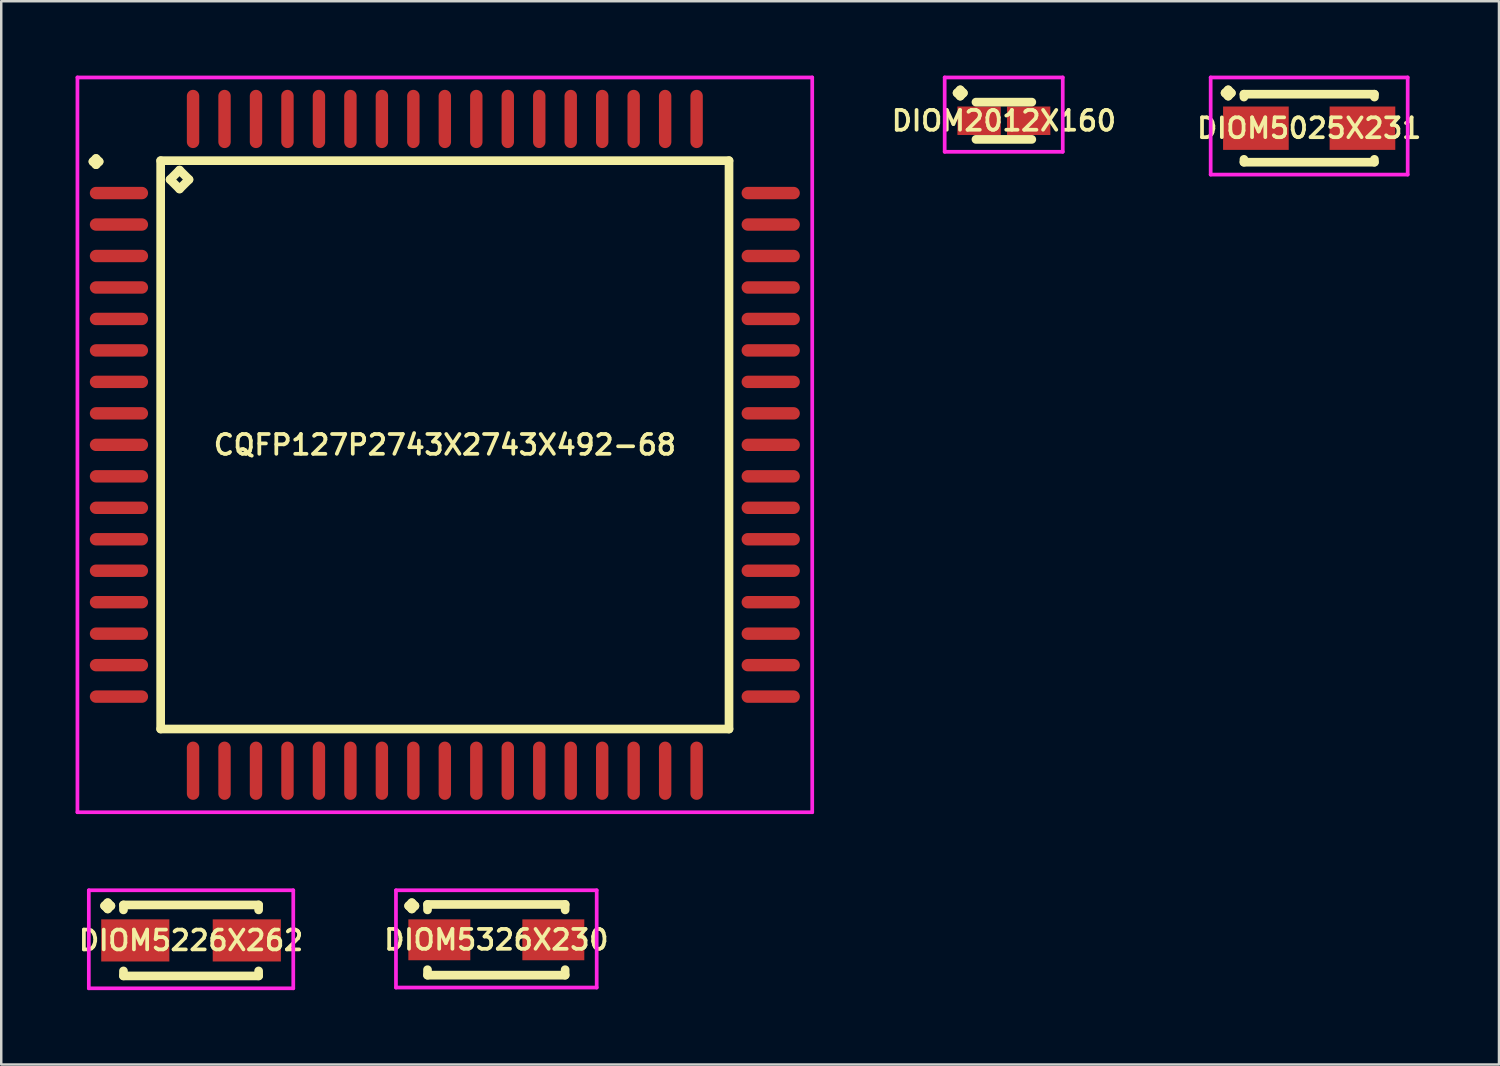
<source format=kicad_pcb>
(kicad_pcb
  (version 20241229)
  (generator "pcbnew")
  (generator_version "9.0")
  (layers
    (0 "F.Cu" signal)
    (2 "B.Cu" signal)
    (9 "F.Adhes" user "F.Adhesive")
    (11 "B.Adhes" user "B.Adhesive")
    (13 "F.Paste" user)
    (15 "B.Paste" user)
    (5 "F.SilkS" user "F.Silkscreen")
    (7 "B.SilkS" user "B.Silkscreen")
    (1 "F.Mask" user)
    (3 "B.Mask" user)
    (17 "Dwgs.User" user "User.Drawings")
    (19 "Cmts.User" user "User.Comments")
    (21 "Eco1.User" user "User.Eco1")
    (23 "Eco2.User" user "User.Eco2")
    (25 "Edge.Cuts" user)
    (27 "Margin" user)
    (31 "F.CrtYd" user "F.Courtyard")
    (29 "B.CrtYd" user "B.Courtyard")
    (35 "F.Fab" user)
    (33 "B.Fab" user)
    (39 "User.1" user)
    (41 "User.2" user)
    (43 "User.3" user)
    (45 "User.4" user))
  (footprint "CQFP127P2743X2743X492-68"
    (layer "F.Cu")
    (at 14.9 14.9)
    (property "Reference" "CQFP127P2743X2743X492-68" (at 0 0 0) (layer "F.SilkS") (effects (font (size 0.8 0.8) (thickness 0.15))))
    (attr smd)
    (fp_line (start -14.2 -11.43) (end -14.075 -11.555) (stroke (width 0.35) (type solid)) (layer "F.SilkS"))
    (fp_line (start -14.075 -11.555) (end -13.95 -11.43) (stroke (width 0.35) (type solid)) (layer "F.SilkS"))
    (fp_line (start -14.075 -11.305) (end -14.2 -11.43) (stroke (width 0.35) (type solid)) (layer "F.SilkS"))
    (fp_line (start -13.95 -11.43) (end -14.075 -11.305) (stroke (width 0.35) (type solid)) (layer "F.SilkS"))
    (fp_line (start -11.467 -11.467) (end -11.467 11.467) (stroke (width 0.35) (type solid)) (layer "F.SilkS"))
    (fp_line (start -11.467 11.467) (end 11.467 11.467) (stroke (width 0.35) (type solid)) (layer "F.SilkS"))
    (fp_line (start -11.086 -10.705) (end -10.705 -11.086) (stroke (width 0.35) (type solid)) (layer "F.SilkS"))
    (fp_line (start -10.705 -11.086) (end -10.324 -10.705) (stroke (width 0.35) (type solid)) (layer "F.SilkS"))
    (fp_line (start -10.705 -10.324) (end -11.086 -10.705) (stroke (width 0.35) (type solid)) (layer "F.SilkS"))
    (fp_line (start -10.324 -10.705) (end -10.705 -10.324) (stroke (width 0.35) (type solid)) (layer "F.SilkS"))
    (fp_line (start 11.467 -11.467) (end -11.467 -11.467) (stroke (width 0.35) (type solid)) (layer "F.SilkS"))
    (fp_line (start 11.467 11.467) (end 11.467 -11.467) (stroke (width 0.35) (type solid)) (layer "F.SilkS"))
    (fp_line (start -14.825 -14.825) (end 14.825 -14.825) (stroke (width 0.15) (type solid)) (layer "F.CrtYd"))
    (fp_line (start -14.825 14.825) (end -14.825 -14.825) (stroke (width 0.15) (type solid)) (layer "F.CrtYd"))
    (fp_line (start 14.825 -14.825) (end 14.825 14.825) (stroke (width 0.15) (type solid)) (layer "F.CrtYd"))
    (fp_line (start 14.825 14.825) (end -14.825 14.825) (stroke (width 0.15) (type solid)) (layer "F.CrtYd"))
    (pad "1" smd oval (at -13.15 -10.16) (size 2.35 0.5) (layers "F.Cu" "F.Mask" "F.Paste"))
    (pad "2" smd oval (at -13.15 -8.89) (size 2.35 0.5) (layers "F.Cu" "F.Mask" "F.Paste"))
    (pad "3" smd oval (at -13.15 -7.62) (size 2.35 0.5) (layers "F.Cu" "F.Mask" "F.Paste"))
    (pad "4" smd oval (at -13.15 -6.35) (size 2.35 0.5) (layers "F.Cu" "F.Mask" "F.Paste"))
    (pad "5" smd oval (at -13.15 -5.08) (size 2.35 0.5) (layers "F.Cu" "F.Mask" "F.Paste"))
    (pad "6" smd oval (at -13.15 -3.81) (size 2.35 0.5) (layers "F.Cu" "F.Mask" "F.Paste"))
    (pad "7" smd oval (at -13.15 -2.54) (size 2.35 0.5) (layers "F.Cu" "F.Mask" "F.Paste"))
    (pad "8" smd oval (at -13.15 -1.27) (size 2.35 0.5) (layers "F.Cu" "F.Mask" "F.Paste"))
    (pad "9" smd oval (at -13.15 0) (size 2.35 0.5) (layers "F.Cu" "F.Mask" "F.Paste"))
    (pad "10" smd oval (at -13.15 1.27) (size 2.35 0.5) (layers "F.Cu" "F.Mask" "F.Paste"))
    (pad "11" smd oval (at -13.15 2.54) (size 2.35 0.5) (layers "F.Cu" "F.Mask" "F.Paste"))
    (pad "12" smd oval (at -13.15 3.81) (size 2.35 0.5) (layers "F.Cu" "F.Mask" "F.Paste"))
    (pad "13" smd oval (at -13.15 5.08) (size 2.35 0.5) (layers "F.Cu" "F.Mask" "F.Paste"))
    (pad "14" smd oval (at -13.15 6.35) (size 2.35 0.5) (layers "F.Cu" "F.Mask" "F.Paste"))
    (pad "15" smd oval (at -13.15 7.62) (size 2.35 0.5) (layers "F.Cu" "F.Mask" "F.Paste"))
    (pad "16" smd oval (at -13.15 8.89) (size 2.35 0.5) (layers "F.Cu" "F.Mask" "F.Paste"))
    (pad "17" smd oval (at -13.15 10.16) (size 2.35 0.5) (layers "F.Cu" "F.Mask" "F.Paste"))
    (pad "18" smd oval (at -10.16 13.15) (size 0.5 2.35) (layers "F.Cu" "F.Mask" "F.Paste"))
    (pad "19" smd oval (at -8.89 13.15) (size 0.5 2.35) (layers "F.Cu" "F.Mask" "F.Paste"))
    (pad "20" smd oval (at -7.62 13.15) (size 0.5 2.35) (layers "F.Cu" "F.Mask" "F.Paste"))
    (pad "21" smd oval (at -6.35 13.15) (size 0.5 2.35) (layers "F.Cu" "F.Mask" "F.Paste"))
    (pad "22" smd oval (at -5.08 13.15) (size 0.5 2.35) (layers "F.Cu" "F.Mask" "F.Paste"))
    (pad "23" smd oval (at -3.81 13.15) (size 0.5 2.35) (layers "F.Cu" "F.Mask" "F.Paste"))
    (pad "24" smd oval (at -2.54 13.15) (size 0.5 2.35) (layers "F.Cu" "F.Mask" "F.Paste"))
    (pad "25" smd oval (at -1.27 13.15) (size 0.5 2.35) (layers "F.Cu" "F.Mask" "F.Paste"))
    (pad "26" smd oval (at 0 13.15) (size 0.5 2.35) (layers "F.Cu" "F.Mask" "F.Paste"))
    (pad "27" smd oval (at 1.27 13.15) (size 0.5 2.35) (layers "F.Cu" "F.Mask" "F.Paste"))
    (pad "28" smd oval (at 2.54 13.15) (size 0.5 2.35) (layers "F.Cu" "F.Mask" "F.Paste"))
    (pad "29" smd oval (at 3.81 13.15) (size 0.5 2.35) (layers "F.Cu" "F.Mask" "F.Paste"))
    (pad "30" smd oval (at 5.08 13.15) (size 0.5 2.35) (layers "F.Cu" "F.Mask" "F.Paste"))
    (pad "31" smd oval (at 6.35 13.15) (size 0.5 2.35) (layers "F.Cu" "F.Mask" "F.Paste"))
    (pad "32" smd oval (at 7.62 13.15) (size 0.5 2.35) (layers "F.Cu" "F.Mask" "F.Paste"))
    (pad "33" smd oval (at 8.89 13.15) (size 0.5 2.35) (layers "F.Cu" "F.Mask" "F.Paste"))
    (pad "34" smd oval (at 10.16 13.15) (size 0.5 2.35) (layers "F.Cu" "F.Mask" "F.Paste"))
    (pad "35" smd oval (at 13.15 10.16) (size 2.35 0.5) (layers "F.Cu" "F.Mask" "F.Paste"))
    (pad "36" smd oval (at 13.15 8.89) (size 2.35 0.5) (layers "F.Cu" "F.Mask" "F.Paste"))
    (pad "37" smd oval (at 13.15 7.62) (size 2.35 0.5) (layers "F.Cu" "F.Mask" "F.Paste"))
    (pad "38" smd oval (at 13.15 6.35) (size 2.35 0.5) (layers "F.Cu" "F.Mask" "F.Paste"))
    (pad "39" smd oval (at 13.15 5.08) (size 2.35 0.5) (layers "F.Cu" "F.Mask" "F.Paste"))
    (pad "40" smd oval (at 13.15 3.81) (size 2.35 0.5) (layers "F.Cu" "F.Mask" "F.Paste"))
    (pad "41" smd oval (at 13.15 2.54) (size 2.35 0.5) (layers "F.Cu" "F.Mask" "F.Paste"))
    (pad "42" smd oval (at 13.15 1.27) (size 2.35 0.5) (layers "F.Cu" "F.Mask" "F.Paste"))
    (pad "43" smd oval (at 13.15 0) (size 2.35 0.5) (layers "F.Cu" "F.Mask" "F.Paste"))
    (pad "44" smd oval (at 13.15 -1.27) (size 2.35 0.5) (layers "F.Cu" "F.Mask" "F.Paste"))
    (pad "45" smd oval (at 13.15 -2.54) (size 2.35 0.5) (layers "F.Cu" "F.Mask" "F.Paste"))
    (pad "46" smd oval (at 13.15 -3.81) (size 2.35 0.5) (layers "F.Cu" "F.Mask" "F.Paste"))
    (pad "47" smd oval (at 13.15 -5.08) (size 2.35 0.5) (layers "F.Cu" "F.Mask" "F.Paste"))
    (pad "48" smd oval (at 13.15 -6.35) (size 2.35 0.5) (layers "F.Cu" "F.Mask" "F.Paste"))
    (pad "49" smd oval (at 13.15 -7.62) (size 2.35 0.5) (layers "F.Cu" "F.Mask" "F.Paste"))
    (pad "50" smd oval (at 13.15 -8.89) (size 2.35 0.5) (layers "F.Cu" "F.Mask" "F.Paste"))
    (pad "51" smd oval (at 13.15 -10.16) (size 2.35 0.5) (layers "F.Cu" "F.Mask" "F.Paste"))
    (pad "52" smd oval (at 10.16 -13.15) (size 0.5 2.35) (layers "F.Cu" "F.Mask" "F.Paste"))
    (pad "53" smd oval (at 8.89 -13.15) (size 0.5 2.35) (layers "F.Cu" "F.Mask" "F.Paste"))
    (pad "54" smd oval (at 7.62 -13.15) (size 0.5 2.35) (layers "F.Cu" "F.Mask" "F.Paste"))
    (pad "55" smd oval (at 6.35 -13.15) (size 0.5 2.35) (layers "F.Cu" "F.Mask" "F.Paste"))
    (pad "56" smd oval (at 5.08 -13.15) (size 0.5 2.35) (layers "F.Cu" "F.Mask" "F.Paste"))
    (pad "57" smd oval (at 3.81 -13.15) (size 0.5 2.35) (layers "F.Cu" "F.Mask" "F.Paste"))
    (pad "58" smd oval (at 2.54 -13.15) (size 0.5 2.35) (layers "F.Cu" "F.Mask" "F.Paste"))
    (pad "59" smd oval (at 1.27 -13.15) (size 0.5 2.35) (layers "F.Cu" "F.Mask" "F.Paste"))
    (pad "60" smd oval (at 0 -13.15) (size 0.5 2.35) (layers "F.Cu" "F.Mask" "F.Paste"))
    (pad "61" smd oval (at -1.27 -13.15) (size 0.5 2.35) (layers "F.Cu" "F.Mask" "F.Paste"))
    (pad "62" smd oval (at -2.54 -13.15) (size 0.5 2.35) (layers "F.Cu" "F.Mask" "F.Paste"))
    (pad "63" smd oval (at -3.81 -13.15) (size 0.5 2.35) (layers "F.Cu" "F.Mask" "F.Paste"))
    (pad "64" smd oval (at -5.08 -13.15) (size 0.5 2.35) (layers "F.Cu" "F.Mask" "F.Paste"))
    (pad "65" smd oval (at -6.35 -13.15) (size 0.5 2.35) (layers "F.Cu" "F.Mask" "F.Paste"))
    (pad "66" smd oval (at -7.62 -13.15) (size 0.5 2.35) (layers "F.Cu" "F.Mask" "F.Paste"))
    (pad "67" smd oval (at -8.89 -13.15) (size 0.5 2.35) (layers "F.Cu" "F.Mask" "F.Paste"))
    (pad "68" smd oval (at -10.16 -13.15) (size 0.5 2.35) (layers "F.Cu" "F.Mask" "F.Paste")))
  (footprint "DIOM5326X230"
    (layer "F.Cu")
    (at 16.978 34.873)
    (property "Reference" "DIOM5326X230" (at 0 0 0) (layer "F.SilkS") (effects (font (size 0.8 0.8) (thickness 0.15))))
    (attr smd)
    (fp_line (start -3.539 -1.371) (end -3.412 -1.498) (stroke (width 0.35) (type solid)) (layer "F.SilkS"))
    (fp_line (start -3.412 -1.498) (end -3.285 -1.371) (stroke (width 0.35) (type solid)) (layer "F.SilkS"))
    (fp_line (start -3.412 -1.244) (end -3.539 -1.371) (stroke (width 0.35) (type solid)) (layer "F.SilkS"))
    (fp_line (start -3.285 -1.371) (end -3.412 -1.244) (stroke (width 0.35) (type solid)) (layer "F.SilkS"))
    (fp_line (start -2.777 -1.427) (end 2.777 -1.427) (stroke (width 0.35) (type solid)) (layer "F.SilkS"))
    (fp_line (start -2.777 -1.206) (end -2.777 -1.427) (stroke (width 0.35) (type solid)) (layer "F.SilkS"))
    (fp_line (start -2.777 1.206) (end -2.777 1.427) (stroke (width 0.35) (type solid)) (layer "F.SilkS"))
    (fp_line (start -2.777 1.427) (end 2.777 1.427) (stroke (width 0.35) (type solid)) (layer "F.SilkS"))
    (fp_line (start 2.777 -1.427) (end 2.777 -1.206) (stroke (width 0.35) (type solid)) (layer "F.SilkS"))
    (fp_line (start 2.777 1.427) (end 2.777 1.206) (stroke (width 0.35) (type solid)) (layer "F.SilkS"))
    (fp_line (start -4.05 -1.998) (end 4.05 -1.998) (stroke (width 0.15) (type solid)) (layer "F.CrtYd"))
    (fp_line (start -4.05 1.927) (end -4.05 -1.998) (stroke (width 0.15) (type solid)) (layer "F.CrtYd"))
    (fp_line (start 4.05 -1.998) (end 4.05 1.927) (stroke (width 0.15) (type solid)) (layer "F.CrtYd"))
    (fp_line (start 4.05 1.927) (end -4.05 1.927) (stroke (width 0.15) (type solid)) (layer "F.CrtYd"))
    (pad "1" smd rect (at -2.3 0) (size 2.5 1.65) (layers "F.Cu" "F.Mask" "F.Paste"))
    (pad "2" smd rect (at 2.3 0) (size 2.5 1.65) (layers "F.Cu" "F.Mask" "F.Paste")))
  (footprint "DIOM5226X262"
    (layer "F.Cu")
    (at 4.659 34.898)
    (property "Reference" "DIOM5226X262" (at 0 0 0) (layer "F.SilkS") (effects (font (size 0.8 0.8) (thickness 0.15))))
    (attr smd)
    (fp_line (start -3.489 -1.396) (end -3.362 -1.523) (stroke (width 0.35) (type solid)) (layer "F.SilkS"))
    (fp_line (start -3.362 -1.523) (end -3.235 -1.396) (stroke (width 0.35) (type solid)) (layer "F.SilkS"))
    (fp_line (start -3.362 -1.269) (end -3.489 -1.396) (stroke (width 0.35) (type solid)) (layer "F.SilkS"))
    (fp_line (start -3.235 -1.396) (end -3.362 -1.269) (stroke (width 0.35) (type solid)) (layer "F.SilkS"))
    (fp_line (start -2.727 -1.432) (end 2.727 -1.432) (stroke (width 0.35) (type solid)) (layer "F.SilkS"))
    (fp_line (start -2.727 -1.231) (end -2.727 -1.432) (stroke (width 0.35) (type solid)) (layer "F.SilkS"))
    (fp_line (start -2.727 1.231) (end -2.727 1.432) (stroke (width 0.35) (type solid)) (layer "F.SilkS"))
    (fp_line (start -2.727 1.432) (end 2.727 1.432) (stroke (width 0.35) (type solid)) (layer "F.SilkS"))
    (fp_line (start 2.727 -1.432) (end 2.727 -1.231) (stroke (width 0.35) (type solid)) (layer "F.SilkS"))
    (fp_line (start 2.727 1.432) (end 2.727 1.231) (stroke (width 0.35) (type solid)) (layer "F.SilkS"))
    (fp_line (start -4.125 -2.023) (end 4.125 -2.023) (stroke (width 0.15) (type solid)) (layer "F.CrtYd"))
    (fp_line (start -4.125 1.932) (end -4.125 -2.023) (stroke (width 0.15) (type solid)) (layer "F.CrtYd"))
    (fp_line (start 4.125 -2.023) (end 4.125 1.932) (stroke (width 0.15) (type solid)) (layer "F.CrtYd"))
    (fp_line (start 4.125 1.932) (end -4.125 1.932) (stroke (width 0.15) (type solid)) (layer "F.CrtYd"))
    (pad "1" smd rect (at -2.25 0) (size 2.75 1.7) (layers "F.Cu" "F.Mask" "F.Paste"))
    (pad "2" smd rect (at 2.25 0) (size 2.75 1.7) (layers "F.Cu" "F.Mask" "F.Paste")))
  (footprint "DIOM2012X160"
    (layer "F.Cu")
    (at 37.459 1.823)
    (property "Reference" "DIOM2012X160" (at 0 0 0) (layer "F.SilkS") (effects (font (size 0.8 0.8) (thickness 0.15))))
    (attr smd)
    (fp_line (start -1.889 -1.121) (end -1.762 -1.248) (stroke (width 0.35) (type solid)) (layer "F.SilkS"))
    (fp_line (start -1.762 -1.248) (end -1.635 -1.121) (stroke (width 0.35) (type solid)) (layer "F.SilkS"))
    (fp_line (start -1.762 -0.994) (end -1.889 -1.121) (stroke (width 0.35) (type solid)) (layer "F.SilkS"))
    (fp_line (start -1.635 -1.121) (end -1.762 -0.994) (stroke (width 0.35) (type solid)) (layer "F.SilkS"))
    (fp_line (start -1.127 -0.752) (end 1.127 -0.752) (stroke (width 0.35) (type solid)) (layer "F.SilkS"))
    (fp_line (start -1.127 0.752) (end 1.127 0.752) (stroke (width 0.35) (type solid)) (layer "F.SilkS"))
    (fp_line (start -2.389 -1.748) (end 2.375 -1.748) (stroke (width 0.15) (type solid)) (layer "F.CrtYd"))
    (fp_line (start -2.389 1.252) (end -2.389 -1.748) (stroke (width 0.15) (type solid)) (layer "F.CrtYd"))
    (fp_line (start 2.375 -1.748) (end 2.375 1.252) (stroke (width 0.15) (type solid)) (layer "F.CrtYd"))
    (fp_line (start 2.375 1.252) (end -2.389 1.252) (stroke (width 0.15) (type solid)) (layer "F.CrtYd"))
    (pad "1" smd rect (at -1 0) (size 1.75 1.15) (layers "F.Cu" "F.Mask" "F.Paste"))
    (pad "2" smd rect (at 1 0) (size 1.75 1.15) (layers "F.Cu" "F.Mask" "F.Paste")))
  (footprint "DIOM5025X231"
    (layer "F.Cu")
    (at 49.778 2.123)
    (property "Reference" "DIOM5025X231" (at 0 0 0) (layer "F.SilkS") (effects (font (size 0.8 0.8) (thickness 0.15))))
    (attr smd)
    (fp_line (start -3.394 -1.421) (end -3.267 -1.548) (stroke (width 0.35) (type solid)) (layer "F.SilkS"))
    (fp_line (start -3.267 -1.548) (end -3.14 -1.421) (stroke (width 0.35) (type solid)) (layer "F.SilkS"))
    (fp_line (start -3.267 -1.294) (end -3.394 -1.421) (stroke (width 0.35) (type solid)) (layer "F.SilkS"))
    (fp_line (start -3.14 -1.421) (end -3.267 -1.294) (stroke (width 0.35) (type solid)) (layer "F.SilkS"))
    (fp_line (start -2.632 -1.372) (end 2.632 -1.372) (stroke (width 0.35) (type solid)) (layer "F.SilkS"))
    (fp_line (start -2.632 -1.256) (end -2.632 -1.372) (stroke (width 0.35) (type solid)) (layer "F.SilkS"))
    (fp_line (start -2.632 1.256) (end -2.632 1.372) (stroke (width 0.35) (type solid)) (layer "F.SilkS"))
    (fp_line (start -2.632 1.372) (end 2.632 1.372) (stroke (width 0.35) (type solid)) (layer "F.SilkS"))
    (fp_line (start 2.632 -1.372) (end 2.632 -1.256) (stroke (width 0.35) (type solid)) (layer "F.SilkS"))
    (fp_line (start 2.632 1.372) (end 2.632 1.256) (stroke (width 0.35) (type solid)) (layer "F.SilkS"))
    (fp_line (start -3.975 -2.048) (end 3.975 -2.048) (stroke (width 0.15) (type solid)) (layer "F.CrtYd"))
    (fp_line (start -3.975 1.872) (end -3.975 -2.048) (stroke (width 0.15) (type solid)) (layer "F.CrtYd"))
    (fp_line (start 3.975 -2.048) (end 3.975 1.872) (stroke (width 0.15) (type solid)) (layer "F.CrtYd"))
    (fp_line (start 3.975 1.872) (end -3.975 1.872) (stroke (width 0.15) (type solid)) (layer "F.CrtYd"))
    (pad "1" smd rect (at -2.15 0) (size 2.65 1.75) (layers "F.Cu" "F.Mask" "F.Paste"))
    (pad "2" smd rect (at 2.15 0) (size 2.65 1.75) (layers "F.Cu" "F.Mask" "F.Paste")))
  (gr_rect
    (start -3 -3)
    (end 57.437 39.905)
    (stroke (width 0.1) (type default))
    (fill no)
    (layer "Edge.Cuts")))
</source>
